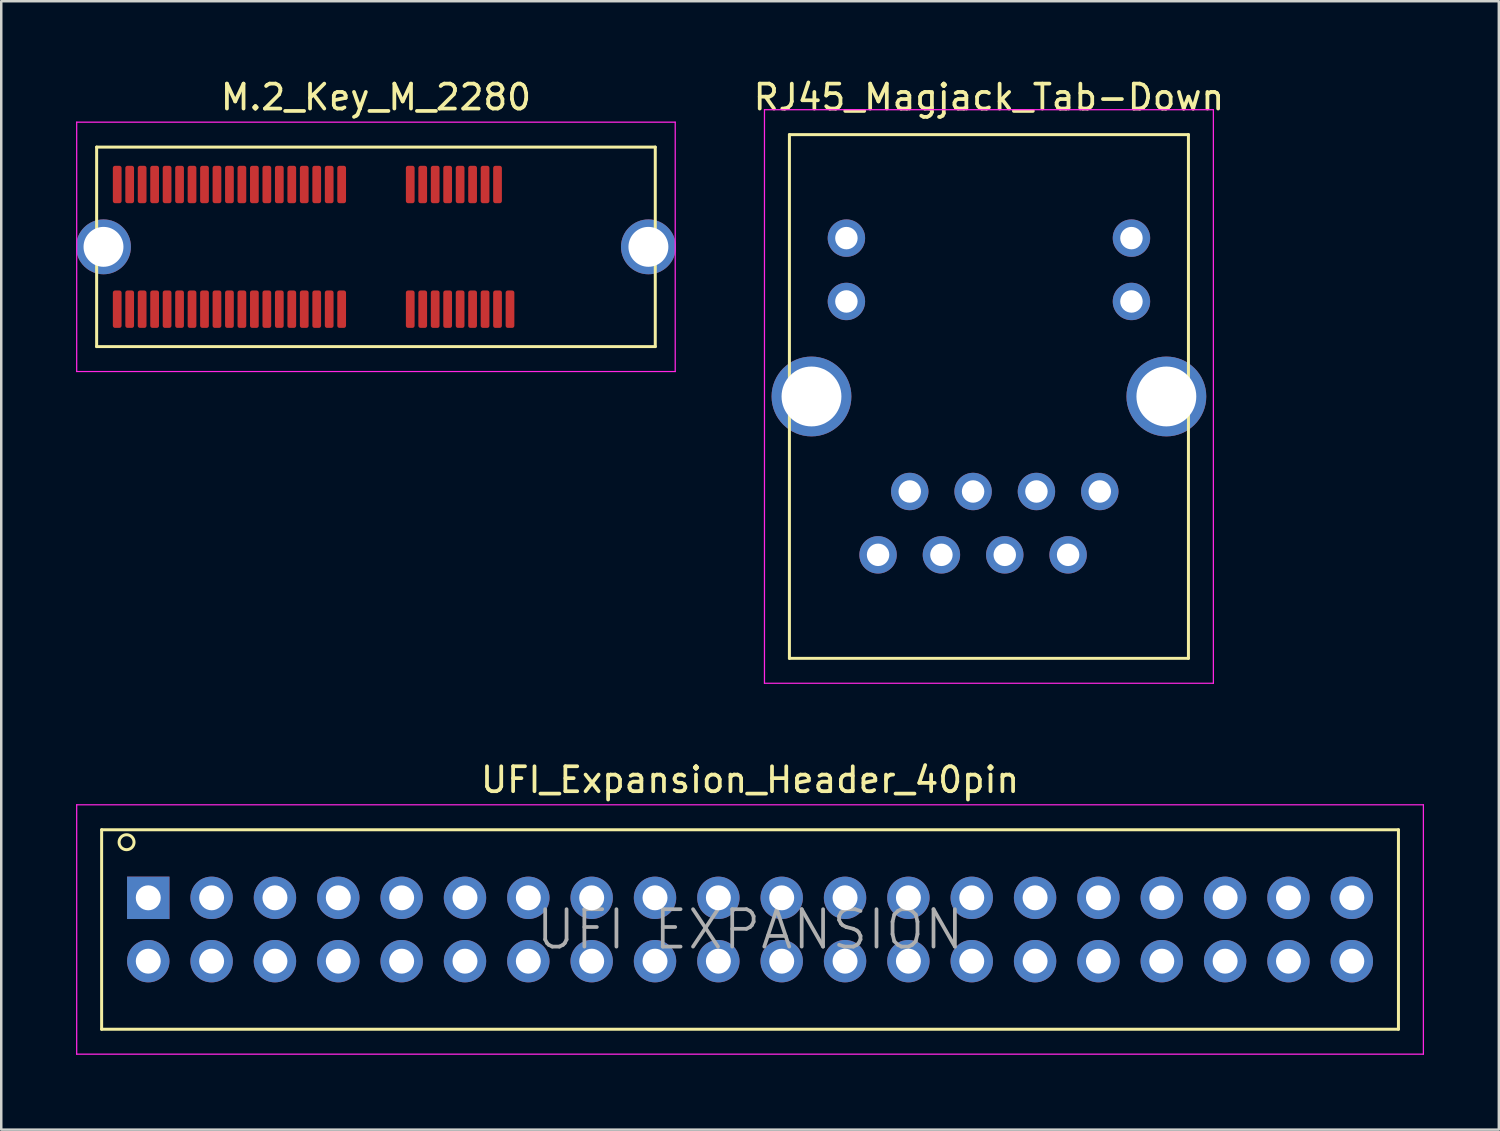
<source format=kicad_pcb>
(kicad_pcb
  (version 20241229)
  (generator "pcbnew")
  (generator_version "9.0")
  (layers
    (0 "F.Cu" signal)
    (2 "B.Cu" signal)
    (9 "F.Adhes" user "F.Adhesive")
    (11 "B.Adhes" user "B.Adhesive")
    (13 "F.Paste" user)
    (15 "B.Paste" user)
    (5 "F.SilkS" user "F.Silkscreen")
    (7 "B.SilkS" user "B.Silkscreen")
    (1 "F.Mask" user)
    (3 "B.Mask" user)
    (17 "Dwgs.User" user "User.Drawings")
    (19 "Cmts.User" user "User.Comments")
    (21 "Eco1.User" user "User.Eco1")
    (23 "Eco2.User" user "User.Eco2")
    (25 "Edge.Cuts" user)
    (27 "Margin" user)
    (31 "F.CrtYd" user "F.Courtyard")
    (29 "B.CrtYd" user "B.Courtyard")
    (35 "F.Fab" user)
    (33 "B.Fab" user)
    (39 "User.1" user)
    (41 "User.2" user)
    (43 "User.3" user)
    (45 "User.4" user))
  (footprint "RJ45_Magjack_Tab-Down"
    (layer "F.Cu")
    (at 36.604 12.848)
    (property "Reference" "RJ45_Magjack_Tab-Down" (at 0 -12 0) (layer "F.SilkS") (effects (font (size 1 1) (thickness 0.15))))
    (attr through_hole)
    (fp_line (start -8 -10.5) (end -8 10.5) (stroke (width 0.12) (type solid)) (layer "F.SilkS"))
    (fp_line (start -8 -10.5) (end 8 -10.5) (stroke (width 0.12) (type solid)) (layer "F.SilkS"))
    (fp_line (start -8 10.5) (end 8 10.5) (stroke (width 0.12) (type solid)) (layer "F.SilkS"))
    (fp_line (start 8 -10.5) (end 8 10.5) (stroke (width 0.12) (type solid)) (layer "F.SilkS"))
    (fp_line (start -9 -11.5) (end -9 11.5) (stroke (width 0.05) (type solid)) (layer "F.CrtYd"))
    (fp_line (start -9 -11.5) (end 9 -11.5) (stroke (width 0.05) (type solid)) (layer "F.CrtYd"))
    (fp_line (start -9 11.5) (end 9 11.5) (stroke (width 0.05) (type solid)) (layer "F.CrtYd"))
    (fp_line (start 9 -11.5) (end 9 11.5) (stroke (width 0.05) (type solid)) (layer "F.CrtYd"))
    (pad "1" thru_hole circle (at -4.445 6.35) (size 1.5 1.5) (drill 0.9) (layers "*.Cu" "*.Mask"))
    (pad "2" thru_hole circle (at -3.175 3.81) (size 1.5 1.5) (drill 0.9) (layers "*.Cu" "*.Mask"))
    (pad "3" thru_hole circle (at -1.905 6.35) (size 1.5 1.5) (drill 0.9) (layers "*.Cu" "*.Mask"))
    (pad "4" thru_hole circle (at -0.635 3.81) (size 1.5 1.5) (drill 0.9) (layers "*.Cu" "*.Mask"))
    (pad "5" thru_hole circle (at 0.635 6.35) (size 1.5 1.5) (drill 0.9) (layers "*.Cu" "*.Mask"))
    (pad "6" thru_hole circle (at 1.905 3.81) (size 1.5 1.5) (drill 0.9) (layers "*.Cu" "*.Mask"))
    (pad "7" thru_hole circle (at 3.175 6.35) (size 1.5 1.5) (drill 0.9) (layers "*.Cu" "*.Mask"))
    (pad "8" thru_hole circle (at 4.445 3.81) (size 1.5 1.5) (drill 0.9) (layers "*.Cu" "*.Mask"))
    (pad "9" thru_hole circle (at -5.715 -3.81) (size 1.5 1.5) (drill 0.9) (layers "*.Cu" "*.Mask"))
    (pad "10" thru_hole circle (at -5.715 -6.35) (size 1.5 1.5) (drill 0.9) (layers "*.Cu" "*.Mask"))
    (pad "11" thru_hole circle (at 5.715 -3.81) (size 1.5 1.5) (drill 0.9) (layers "*.Cu" "*.Mask"))
    (pad "12" thru_hole circle (at 5.715 -6.35) (size 1.5 1.5) (drill 0.9) (layers "*.Cu" "*.Mask"))
    (pad "SH1" thru_hole circle (at -7.115 0) (size 3.2 3.2) (drill 2.4) (layers "*.Cu" "*.Mask"))
    (pad "SH2" thru_hole circle (at 7.115 0) (size 3.2 3.2) (drill 2.4) (layers "*.Cu" "*.Mask")))
  (footprint "UFI_Expansion_Header_40pin"
    (layer "F.Cu")
    (at 27.025 34.221)
    (property "Reference" "UFI_Expansion_Header_40pin" (at 0 -6 0) (layer "F.SilkS") (effects (font (size 1 1) (thickness 0.15))))
    (attr through_hole)
    (fp_line (start -26 -4) (end -26 4) (stroke (width 0.12) (type solid)) (layer "F.SilkS"))
    (fp_line (start -26 -4) (end 26 -4) (stroke (width 0.12) (type solid)) (layer "F.SilkS"))
    (fp_line (start -26 4) (end 26 4) (stroke (width 0.12) (type solid)) (layer "F.SilkS"))
    (fp_line (start 26 -4) (end 26 4) (stroke (width 0.12) (type solid)) (layer "F.SilkS"))
    (fp_circle (center -25 -3.5) (end -24.7 -3.5) (stroke (width 0.12) (type solid)) (fill no) (layer "F.SilkS"))
    (fp_line (start -27 -5) (end -27 5) (stroke (width 0.05) (type solid)) (layer "F.CrtYd"))
    (fp_line (start -27 -5) (end 27 -5) (stroke (width 0.05) (type solid)) (layer "F.CrtYd"))
    (fp_line (start -27 5) (end 27 5) (stroke (width 0.05) (type solid)) (layer "F.CrtYd"))
    (fp_line (start 27 -5) (end 27 5) (stroke (width 0.05) (type solid)) (layer "F.CrtYd"))
    (fp_text user "UFI EXPANSION" (at 0 0 0) (layer "F.Fab") (effects (font (size 1.5 1.5) (thickness 0.15))))
    (pad "1" thru_hole rect (at -24.13 -1.27) (size 1.7 1.7) (drill 1) (layers "*.Cu" "*.Mask"))
    (pad "2" thru_hole circle (at -24.13 1.27) (size 1.7 1.7) (drill 1) (layers "*.Cu" "*.Mask"))
    (pad "3" thru_hole circle (at -21.59 -1.27) (size 1.7 1.7) (drill 1) (layers "*.Cu" "*.Mask"))
    (pad "4" thru_hole circle (at -21.59 1.27) (size 1.7 1.7) (drill 1) (layers "*.Cu" "*.Mask"))
    (pad "5" thru_hole circle (at -19.05 -1.27) (size 1.7 1.7) (drill 1) (layers "*.Cu" "*.Mask"))
    (pad "6" thru_hole circle (at -19.05 1.27) (size 1.7 1.7) (drill 1) (layers "*.Cu" "*.Mask"))
    (pad "7" thru_hole circle (at -16.51 -1.27) (size 1.7 1.7) (drill 1) (layers "*.Cu" "*.Mask"))
    (pad "8" thru_hole circle (at -16.51 1.27) (size 1.7 1.7) (drill 1) (layers "*.Cu" "*.Mask"))
    (pad "9" thru_hole circle (at -13.97 -1.27) (size 1.7 1.7) (drill 1) (layers "*.Cu" "*.Mask"))
    (pad "10" thru_hole circle (at -13.97 1.27) (size 1.7 1.7) (drill 1) (layers "*.Cu" "*.Mask"))
    (pad "11" thru_hole circle (at -11.43 -1.27) (size 1.7 1.7) (drill 1) (layers "*.Cu" "*.Mask"))
    (pad "12" thru_hole circle (at -11.43 1.27) (size 1.7 1.7) (drill 1) (layers "*.Cu" "*.Mask"))
    (pad "13" thru_hole circle (at -8.89 -1.27) (size 1.7 1.7) (drill 1) (layers "*.Cu" "*.Mask"))
    (pad "14" thru_hole circle (at -8.89 1.27) (size 1.7 1.7) (drill 1) (layers "*.Cu" "*.Mask"))
    (pad "15" thru_hole circle (at -6.35 -1.27) (size 1.7 1.7) (drill 1) (layers "*.Cu" "*.Mask"))
    (pad "16" thru_hole circle (at -6.35 1.27) (size 1.7 1.7) (drill 1) (layers "*.Cu" "*.Mask"))
    (pad "17" thru_hole circle (at -3.81 -1.27) (size 1.7 1.7) (drill 1) (layers "*.Cu" "*.Mask"))
    (pad "18" thru_hole circle (at -3.81 1.27) (size 1.7 1.7) (drill 1) (layers "*.Cu" "*.Mask"))
    (pad "19" thru_hole circle (at -1.27 -1.27) (size 1.7 1.7) (drill 1) (layers "*.Cu" "*.Mask"))
    (pad "20" thru_hole circle (at -1.27 1.27) (size 1.7 1.7) (drill 1) (layers "*.Cu" "*.Mask"))
    (pad "21" thru_hole circle (at 1.27 -1.27) (size 1.7 1.7) (drill 1) (layers "*.Cu" "*.Mask"))
    (pad "22" thru_hole circle (at 1.27 1.27) (size 1.7 1.7) (drill 1) (layers "*.Cu" "*.Mask"))
    (pad "23" thru_hole circle (at 3.81 -1.27) (size 1.7 1.7) (drill 1) (layers "*.Cu" "*.Mask"))
    (pad "24" thru_hole circle (at 3.81 1.27) (size 1.7 1.7) (drill 1) (layers "*.Cu" "*.Mask"))
    (pad "25" thru_hole circle (at 6.35 -1.27) (size 1.7 1.7) (drill 1) (layers "*.Cu" "*.Mask"))
    (pad "26" thru_hole circle (at 6.35 1.27) (size 1.7 1.7) (drill 1) (layers "*.Cu" "*.Mask"))
    (pad "27" thru_hole circle (at 8.89 -1.27) (size 1.7 1.7) (drill 1) (layers "*.Cu" "*.Mask"))
    (pad "28" thru_hole circle (at 8.89 1.27) (size 1.7 1.7) (drill 1) (layers "*.Cu" "*.Mask"))
    (pad "29" thru_hole circle (at 11.43 -1.27) (size 1.7 1.7) (drill 1) (layers "*.Cu" "*.Mask"))
    (pad "30" thru_hole circle (at 11.43 1.27) (size 1.7 1.7) (drill 1) (layers "*.Cu" "*.Mask"))
    (pad "31" thru_hole circle (at 13.97 -1.27) (size 1.7 1.7) (drill 1) (layers "*.Cu" "*.Mask"))
    (pad "32" thru_hole circle (at 13.97 1.27) (size 1.7 1.7) (drill 1) (layers "*.Cu" "*.Mask"))
    (pad "33" thru_hole circle (at 16.51 -1.27) (size 1.7 1.7) (drill 1) (layers "*.Cu" "*.Mask"))
    (pad "34" thru_hole circle (at 16.51 1.27) (size 1.7 1.7) (drill 1) (layers "*.Cu" "*.Mask"))
    (pad "35" thru_hole circle (at 19.05 -1.27) (size 1.7 1.7) (drill 1) (layers "*.Cu" "*.Mask"))
    (pad "36" thru_hole circle (at 19.05 1.27) (size 1.7 1.7) (drill 1) (layers "*.Cu" "*.Mask"))
    (pad "37" thru_hole circle (at 21.59 -1.27) (size 1.7 1.7) (drill 1) (layers "*.Cu" "*.Mask"))
    (pad "38" thru_hole circle (at 21.59 1.27) (size 1.7 1.7) (drill 1) (layers "*.Cu" "*.Mask"))
    (pad "39" thru_hole circle (at 24.13 -1.27) (size 1.7 1.7) (drill 1) (layers "*.Cu" "*.Mask"))
    (pad "40" thru_hole circle (at 24.13 1.27) (size 1.7 1.7) (drill 1) (layers "*.Cu" "*.Mask")))
  (footprint "M.2_Key_M_2280"
    (layer "F.Cu")
    (at 12.025 6.848)
    (property "Reference" "M.2_Key_M_2280" (at 0 -6 0) (layer "F.SilkS") (effects (font (size 1 1) (thickness 0.15))))
    (attr smd)
    (fp_line (start -11.2 -4) (end -11.2 4) (stroke (width 0.12) (type solid)) (layer "F.SilkS"))
    (fp_line (start -11.2 -4) (end 11.2 -4) (stroke (width 0.12) (type solid)) (layer "F.SilkS"))
    (fp_line (start -11.2 4) (end 11.2 4) (stroke (width 0.12) (type solid)) (layer "F.SilkS"))
    (fp_line (start 11.2 -4) (end 11.2 4) (stroke (width 0.12) (type solid)) (layer "F.SilkS"))
    (fp_line (start -12 -5) (end -12 5) (stroke (width 0.05) (type solid)) (layer "F.CrtYd"))
    (fp_line (start -12 -5) (end 12 -5) (stroke (width 0.05) (type solid)) (layer "F.CrtYd"))
    (fp_line (start -12 5) (end 12 5) (stroke (width 0.05) (type solid)) (layer "F.CrtYd"))
    (fp_line (start 12 -5) (end 12 5) (stroke (width 0.05) (type solid)) (layer "F.CrtYd"))
    (pad "1" smd roundrect (at -10.375 2.5) (size 0.35 1.5) (layers "F.Cu" "F.Mask" "F.Paste") (roundrect_rratio 0.25))
    (pad "2" smd roundrect (at -10.375 -2.5) (size 0.35 1.5) (layers "F.Cu" "F.Mask" "F.Paste") (roundrect_rratio 0.25))
    (pad "3" smd roundrect (at -9.875 2.5) (size 0.35 1.5) (layers "F.Cu" "F.Mask" "F.Paste") (roundrect_rratio 0.25))
    (pad "4" smd roundrect (at -9.875 -2.5) (size 0.35 1.5) (layers "F.Cu" "F.Mask" "F.Paste") (roundrect_rratio 0.25))
    (pad "5" smd roundrect (at -9.375 2.5) (size 0.35 1.5) (layers "F.Cu" "F.Mask" "F.Paste") (roundrect_rratio 0.25))
    (pad "6" smd roundrect (at -9.375 -2.5) (size 0.35 1.5) (layers "F.Cu" "F.Mask" "F.Paste") (roundrect_rratio 0.25))
    (pad "7" smd roundrect (at -8.875 2.5) (size 0.35 1.5) (layers "F.Cu" "F.Mask" "F.Paste") (roundrect_rratio 0.25))
    (pad "8" smd roundrect (at -8.875 -2.5) (size 0.35 1.5) (layers "F.Cu" "F.Mask" "F.Paste") (roundrect_rratio 0.25))
    (pad "9" smd roundrect (at -8.375 2.5) (size 0.35 1.5) (layers "F.Cu" "F.Mask" "F.Paste") (roundrect_rratio 0.25))
    (pad "10" smd roundrect (at -8.375 -2.5) (size 0.35 1.5) (layers "F.Cu" "F.Mask" "F.Paste") (roundrect_rratio 0.25))
    (pad "11" smd roundrect (at -7.875 2.5) (size 0.35 1.5) (layers "F.Cu" "F.Mask" "F.Paste") (roundrect_rratio 0.25))
    (pad "12" smd roundrect (at -7.875 -2.5) (size 0.35 1.5) (layers "F.Cu" "F.Mask" "F.Paste") (roundrect_rratio 0.25))
    (pad "13" smd roundrect (at -7.375 2.5) (size 0.35 1.5) (layers "F.Cu" "F.Mask" "F.Paste") (roundrect_rratio 0.25))
    (pad "14" smd roundrect (at -7.375 -2.5) (size 0.35 1.5) (layers "F.Cu" "F.Mask" "F.Paste") (roundrect_rratio 0.25))
    (pad "15" smd roundrect (at -6.875 2.5) (size 0.35 1.5) (layers "F.Cu" "F.Mask" "F.Paste") (roundrect_rratio 0.25))
    (pad "16" smd roundrect (at -6.875 -2.5) (size 0.35 1.5) (layers "F.Cu" "F.Mask" "F.Paste") (roundrect_rratio 0.25))
    (pad "17" smd roundrect (at -6.375 2.5) (size 0.35 1.5) (layers "F.Cu" "F.Mask" "F.Paste") (roundrect_rratio 0.25))
    (pad "18" smd roundrect (at -6.375 -2.5) (size 0.35 1.5) (layers "F.Cu" "F.Mask" "F.Paste") (roundrect_rratio 0.25))
    (pad "19" smd roundrect (at -5.875 2.5) (size 0.35 1.5) (layers "F.Cu" "F.Mask" "F.Paste") (roundrect_rratio 0.25))
    (pad "20" smd roundrect (at -5.875 -2.5) (size 0.35 1.5) (layers "F.Cu" "F.Mask" "F.Paste") (roundrect_rratio 0.25))
    (pad "21" smd roundrect (at -5.375 2.5) (size 0.35 1.5) (layers "F.Cu" "F.Mask" "F.Paste") (roundrect_rratio 0.25))
    (pad "22" smd roundrect (at -5.375 -2.5) (size 0.35 1.5) (layers "F.Cu" "F.Mask" "F.Paste") (roundrect_rratio 0.25))
    (pad "23" smd roundrect (at -4.875 2.5) (size 0.35 1.5) (layers "F.Cu" "F.Mask" "F.Paste") (roundrect_rratio 0.25))
    (pad "24" smd roundrect (at -4.875 -2.5) (size 0.35 1.5) (layers "F.Cu" "F.Mask" "F.Paste") (roundrect_rratio 0.25))
    (pad "25" smd roundrect (at -4.375 2.5) (size 0.35 1.5) (layers "F.Cu" "F.Mask" "F.Paste") (roundrect_rratio 0.25))
    (pad "26" smd roundrect (at -4.375 -2.5) (size 0.35 1.5) (layers "F.Cu" "F.Mask" "F.Paste") (roundrect_rratio 0.25))
    (pad "27" smd roundrect (at -3.875 2.5) (size 0.35 1.5) (layers "F.Cu" "F.Mask" "F.Paste") (roundrect_rratio 0.25))
    (pad "28" smd roundrect (at -3.875 -2.5) (size 0.35 1.5) (layers "F.Cu" "F.Mask" "F.Paste") (roundrect_rratio 0.25))
    (pad "29" smd roundrect (at -3.375 2.5) (size 0.35 1.5) (layers "F.Cu" "F.Mask" "F.Paste") (roundrect_rratio 0.25))
    (pad "30" smd roundrect (at -3.375 -2.5) (size 0.35 1.5) (layers "F.Cu" "F.Mask" "F.Paste") (roundrect_rratio 0.25))
    (pad "31" smd roundrect (at -2.875 2.5) (size 0.35 1.5) (layers "F.Cu" "F.Mask" "F.Paste") (roundrect_rratio 0.25))
    (pad "32" smd roundrect (at -2.875 -2.5) (size 0.35 1.5) (layers "F.Cu" "F.Mask" "F.Paste") (roundrect_rratio 0.25))
    (pad "33" smd roundrect (at -2.375 2.5) (size 0.35 1.5) (layers "F.Cu" "F.Mask" "F.Paste") (roundrect_rratio 0.25))
    (pad "34" smd roundrect (at -2.375 -2.5) (size 0.35 1.5) (layers "F.Cu" "F.Mask" "F.Paste") (roundrect_rratio 0.25))
    (pad "35" smd roundrect (at -1.875 2.5) (size 0.35 1.5) (layers "F.Cu" "F.Mask" "F.Paste") (roundrect_rratio 0.25))
    (pad "36" smd roundrect (at -1.875 -2.5) (size 0.35 1.5) (layers "F.Cu" "F.Mask" "F.Paste") (roundrect_rratio 0.25))
    (pad "37" smd roundrect (at -1.375 2.5) (size 0.35 1.5) (layers "F.Cu" "F.Mask" "F.Paste") (roundrect_rratio 0.25))
    (pad "38" smd roundrect (at -1.375 -2.5) (size 0.35 1.5) (layers "F.Cu" "F.Mask" "F.Paste") (roundrect_rratio 0.25))
    (pad "59" smd roundrect (at 1.375 2.5) (size 0.35 1.5) (layers "F.Cu" "F.Mask" "F.Paste") (roundrect_rratio 0.25))
    (pad "60" smd roundrect (at 1.375 -2.5) (size 0.35 1.5) (layers "F.Cu" "F.Mask" "F.Paste") (roundrect_rratio 0.25))
    (pad "61" smd roundrect (at 1.875 2.5) (size 0.35 1.5) (layers "F.Cu" "F.Mask" "F.Paste") (roundrect_rratio 0.25))
    (pad "62" smd roundrect (at 1.875 -2.5) (size 0.35 1.5) (layers "F.Cu" "F.Mask" "F.Paste") (roundrect_rratio 0.25))
    (pad "63" smd roundrect (at 2.375 2.5) (size 0.35 1.5) (layers "F.Cu" "F.Mask" "F.Paste") (roundrect_rratio 0.25))
    (pad "64" smd roundrect (at 2.375 -2.5) (size 0.35 1.5) (layers "F.Cu" "F.Mask" "F.Paste") (roundrect_rratio 0.25))
    (pad "65" smd roundrect (at 2.875 2.5) (size 0.35 1.5) (layers "F.Cu" "F.Mask" "F.Paste") (roundrect_rratio 0.25))
    (pad "66" smd roundrect (at 2.875 -2.5) (size 0.35 1.5) (layers "F.Cu" "F.Mask" "F.Paste") (roundrect_rratio 0.25))
    (pad "67" smd roundrect (at 3.375 2.5) (size 0.35 1.5) (layers "F.Cu" "F.Mask" "F.Paste") (roundrect_rratio 0.25))
    (pad "68" smd roundrect (at 3.375 -2.5) (size 0.35 1.5) (layers "F.Cu" "F.Mask" "F.Paste") (roundrect_rratio 0.25))
    (pad "69" smd roundrect (at 3.875 2.5) (size 0.35 1.5) (layers "F.Cu" "F.Mask" "F.Paste") (roundrect_rratio 0.25))
    (pad "70" smd roundrect (at 3.875 -2.5) (size 0.35 1.5) (layers "F.Cu" "F.Mask" "F.Paste") (roundrect_rratio 0.25))
    (pad "71" smd roundrect (at 4.375 2.5) (size 0.35 1.5) (layers "F.Cu" "F.Mask" "F.Paste") (roundrect_rratio 0.25))
    (pad "72" smd roundrect (at 4.375 -2.5) (size 0.35 1.5) (layers "F.Cu" "F.Mask" "F.Paste") (roundrect_rratio 0.25))
    (pad "73" smd roundrect (at 4.875 2.5) (size 0.35 1.5) (layers "F.Cu" "F.Mask" "F.Paste") (roundrect_rratio 0.25))
    (pad "74" smd roundrect (at 4.875 -2.5) (size 0.35 1.5) (layers "F.Cu" "F.Mask" "F.Paste") (roundrect_rratio 0.25))
    (pad "75" smd roundrect (at 5.375 2.5) (size 0.35 1.5) (layers "F.Cu" "F.Mask" "F.Paste") (roundrect_rratio 0.25))
    (pad "SH1" thru_hole circle (at -10.925 0) (size 2.2 2.2) (drill 1.6) (layers "*.Cu" "*.Mask"))
    (pad "SH2" thru_hole circle (at 10.925 0) (size 2.2 2.2) (drill 1.6) (layers "*.Cu" "*.Mask")))
  (gr_rect
    (start -3 -3)
    (end 57.05 42.246)
    (stroke (width 0.1) (type default))
    (fill no)
    (layer "Edge.Cuts")))
</source>
